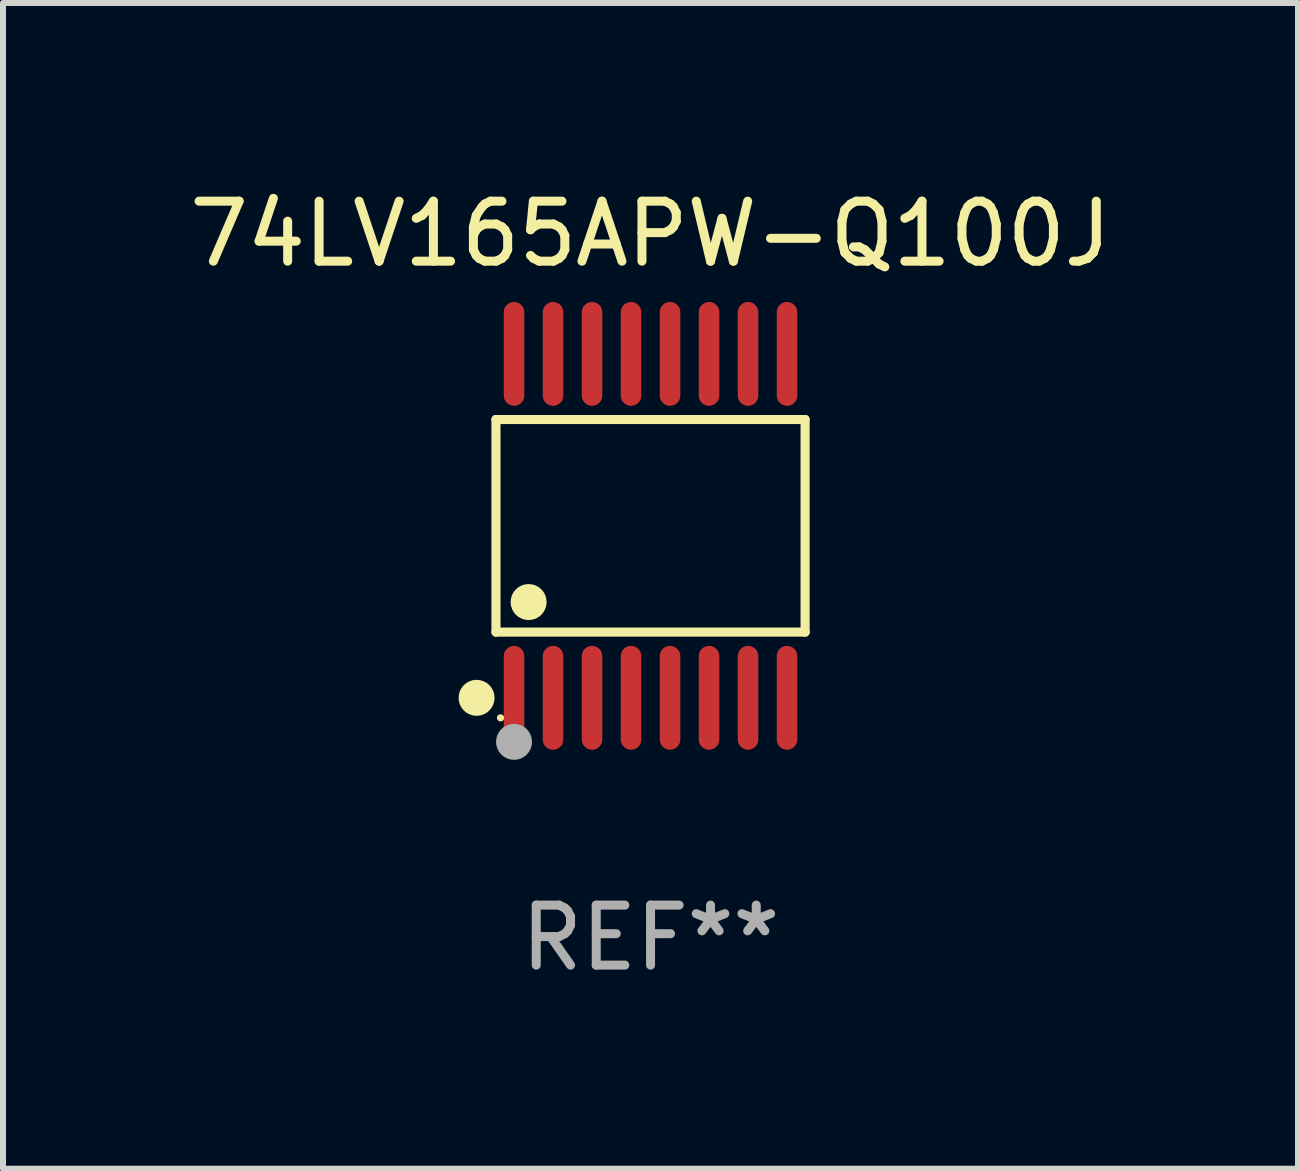
<source format=kicad_pcb>
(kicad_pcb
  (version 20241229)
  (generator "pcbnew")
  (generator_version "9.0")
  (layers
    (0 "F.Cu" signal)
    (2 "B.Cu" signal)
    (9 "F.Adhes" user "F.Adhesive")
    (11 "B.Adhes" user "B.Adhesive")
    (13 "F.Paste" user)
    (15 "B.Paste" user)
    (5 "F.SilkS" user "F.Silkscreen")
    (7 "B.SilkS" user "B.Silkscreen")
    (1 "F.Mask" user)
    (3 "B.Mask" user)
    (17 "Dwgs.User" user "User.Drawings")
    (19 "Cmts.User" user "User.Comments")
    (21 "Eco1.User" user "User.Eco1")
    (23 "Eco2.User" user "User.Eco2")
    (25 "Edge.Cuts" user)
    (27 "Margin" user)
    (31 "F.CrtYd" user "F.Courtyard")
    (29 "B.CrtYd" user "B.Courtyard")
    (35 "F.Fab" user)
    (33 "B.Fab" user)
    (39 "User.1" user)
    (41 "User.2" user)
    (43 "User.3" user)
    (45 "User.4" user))
  (footprint "74LV165APW-Q100J"
    (layer "F.Cu")
    (at 7.792 5.714)
    (property "Reference" "74LV165APW-Q100J" (at 0 -4.866 0) (layer "F.SilkS") (effects (font (size 1 1) (thickness 0.15))))
    (attr through_hole)
    (fp_line (start -2.576 -1.772) (end 2.576 -1.772) (stroke (width 0.152) (type solid)) (layer "F.SilkS"))
    (fp_line (start -2.576 1.771) (end -2.576 -1.772) (stroke (width 0.152) (type solid)) (layer "F.SilkS"))
    (fp_line (start 2.576 -1.772) (end 2.576 1.771) (stroke (width 0.152) (type solid)) (layer "F.SilkS"))
    (fp_line (start 2.576 1.771) (end -2.576 1.771) (stroke (width 0.152) (type solid)) (layer "F.SilkS"))
    (fp_circle (center -2.899 2.866) (end -2.749 2.866) (stroke (width 0.3) (type solid)) (fill no) (layer "F.SilkS"))
    (fp_circle (center -2.5 3.2) (end -2.47 3.2) (stroke (width 0.06) (type solid)) (fill no) (layer "F.SilkS"))
    (fp_circle (center -2.032 1.27) (end -1.882 1.27) (stroke (width 0.3) (type solid)) (fill no) (layer "F.SilkS"))
    (fp_circle (center -2.275 3.6) (end -2.125 3.6) (stroke (width 0.3) (type solid)) (fill no) (layer "F.Fab"))
    (fp_text user "REF**" (at 0 6.866 0) (layer "F.Fab") (effects (font (size 1 1) (thickness 0.15))))
    (pad "1" smd oval (at -2.275 2.866) (size 0.343 1.731) (layers "F.Cu" "F.Mask" "F.Paste"))
    (pad "2" smd oval (at -1.625 2.866) (size 0.343 1.731) (layers "F.Cu" "F.Mask" "F.Paste"))
    (pad "3" smd oval (at -0.975 2.866) (size 0.343 1.731) (layers "F.Cu" "F.Mask" "F.Paste"))
    (pad "4" smd oval (at -0.325 2.866) (size 0.343 1.731) (layers "F.Cu" "F.Mask" "F.Paste"))
    (pad "5" smd oval (at 0.325 2.866) (size 0.343 1.731) (layers "F.Cu" "F.Mask" "F.Paste"))
    (pad "6" smd oval (at 0.975 2.866) (size 0.343 1.731) (layers "F.Cu" "F.Mask" "F.Paste"))
    (pad "7" smd oval (at 1.625 2.866) (size 0.343 1.731) (layers "F.Cu" "F.Mask" "F.Paste"))
    (pad "8" smd oval (at 2.275 2.866) (size 0.343 1.731) (layers "F.Cu" "F.Mask" "F.Paste"))
    (pad "9" smd oval (at 2.275 -2.866) (size 0.343 1.731) (layers "F.Cu" "F.Mask" "F.Paste"))
    (pad "10" smd oval (at 1.625 -2.866) (size 0.343 1.731) (layers "F.Cu" "F.Mask" "F.Paste"))
    (pad "11" smd oval (at 0.975 -2.866) (size 0.343 1.731) (layers "F.Cu" "F.Mask" "F.Paste"))
    (pad "12" smd oval (at 0.325 -2.866) (size 0.343 1.731) (layers "F.Cu" "F.Mask" "F.Paste"))
    (pad "13" smd oval (at -0.325 -2.866) (size 0.343 1.731) (layers "F.Cu" "F.Mask" "F.Paste"))
    (pad "14" smd oval (at -0.975 -2.866) (size 0.343 1.731) (layers "F.Cu" "F.Mask" "F.Paste"))
    (pad "15" smd oval (at -1.625 -2.866) (size 0.343 1.731) (layers "F.Cu" "F.Mask" "F.Paste"))
    (pad "16" smd oval (at -2.275 -2.866) (size 0.343 1.731) (layers "F.Cu" "F.Mask" "F.Paste")))
  (gr_rect
    (start -3 -3)
    (end 18.583 16.428)
    (stroke (width 0.1) (type default))
    (fill no)
    (layer "Edge.Cuts")))
</source>
